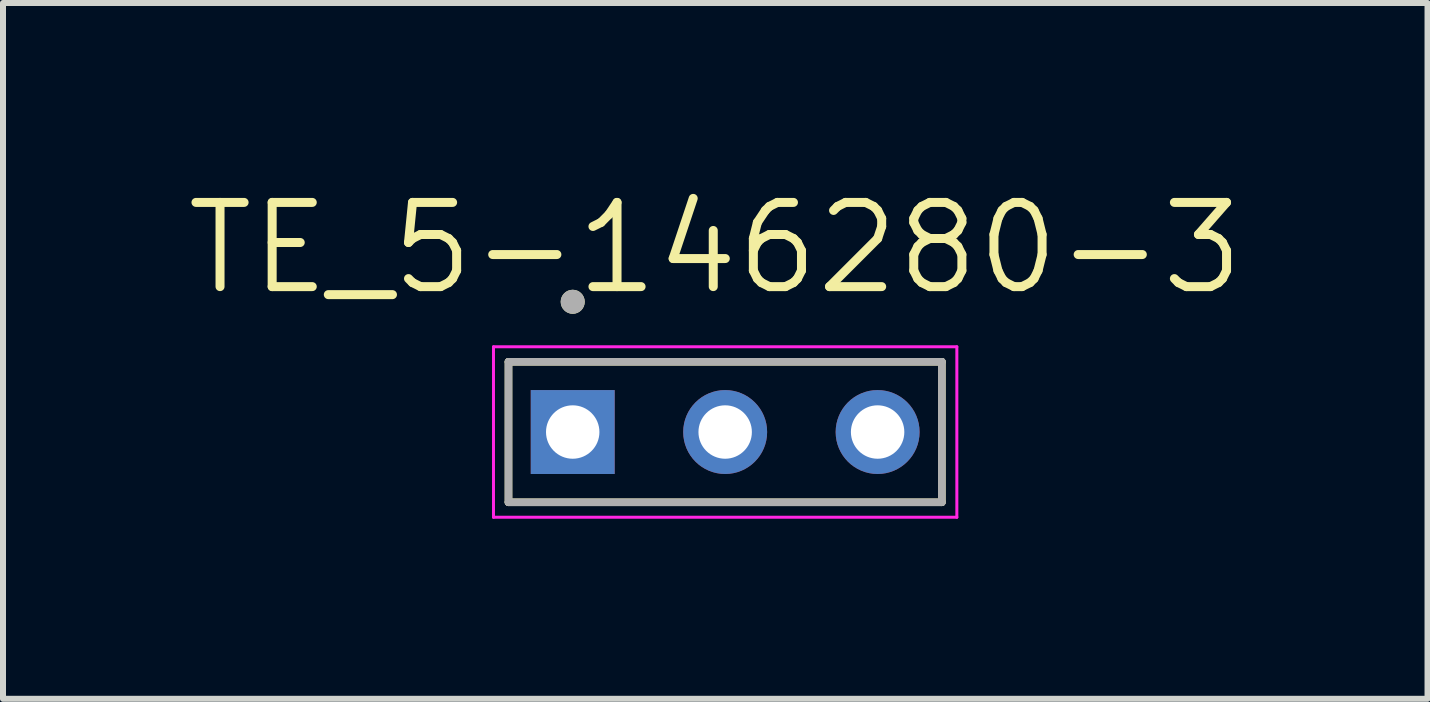
<source format=kicad_pcb>
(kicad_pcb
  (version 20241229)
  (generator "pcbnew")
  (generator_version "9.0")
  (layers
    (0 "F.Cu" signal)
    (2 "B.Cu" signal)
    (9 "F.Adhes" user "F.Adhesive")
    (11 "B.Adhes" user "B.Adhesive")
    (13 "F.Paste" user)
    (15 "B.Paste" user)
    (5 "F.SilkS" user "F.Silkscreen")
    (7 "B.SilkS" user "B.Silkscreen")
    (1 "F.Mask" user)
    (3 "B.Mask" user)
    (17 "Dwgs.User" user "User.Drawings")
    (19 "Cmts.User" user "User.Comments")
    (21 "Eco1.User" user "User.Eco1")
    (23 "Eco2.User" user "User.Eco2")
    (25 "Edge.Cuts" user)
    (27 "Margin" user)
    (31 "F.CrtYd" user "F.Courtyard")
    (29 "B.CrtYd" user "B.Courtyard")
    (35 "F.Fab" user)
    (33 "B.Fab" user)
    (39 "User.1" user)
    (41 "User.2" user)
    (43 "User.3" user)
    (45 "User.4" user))
  (footprint "TE_5-146280-3"
    (layer "F.Cu")
    (at 9.032 4.148)
    (property "Reference" "TE_5-146280-3" (at -0.165 -3.064 0) (layer "F.SilkS") (effects (font (size 1.403 1.403) (thickness 0.15))))
    (attr through_hole)
    (fp_line (start -3.61 -1.17) (end 3.61 -1.17) (stroke (width 0.127) (type solid)) (layer "F.SilkS"))
    (fp_line (start -3.61 1.17) (end -3.61 -1.17) (stroke (width 0.127) (type solid)) (layer "F.SilkS"))
    (fp_line (start 3.61 -1.17) (end 3.61 1.17) (stroke (width 0.127) (type solid)) (layer "F.SilkS"))
    (fp_line (start 3.61 1.17) (end -3.61 1.17) (stroke (width 0.127) (type solid)) (layer "F.SilkS"))
    (fp_circle (center -2.54 -2.17) (end -2.44 -2.17) (stroke (width 0.2) (type solid)) (fill no) (layer "F.SilkS"))
    (fp_line (start -3.86 -1.42) (end 3.86 -1.42) (stroke (width 0.05) (type solid)) (layer "F.CrtYd"))
    (fp_line (start -3.86 1.42) (end -3.86 -1.42) (stroke (width 0.05) (type solid)) (layer "F.CrtYd"))
    (fp_line (start 3.86 -1.42) (end 3.86 1.42) (stroke (width 0.05) (type solid)) (layer "F.CrtYd"))
    (fp_line (start 3.86 1.42) (end -3.86 1.42) (stroke (width 0.05) (type solid)) (layer "F.CrtYd"))
    (fp_line (start -3.61 -1.17) (end 3.61 -1.17) (stroke (width 0.127) (type solid)) (layer "F.Fab"))
    (fp_line (start -3.61 1.17) (end -3.61 -1.17) (stroke (width 0.127) (type solid)) (layer "F.Fab"))
    (fp_line (start 3.61 -1.17) (end 3.61 1.17) (stroke (width 0.127) (type solid)) (layer "F.Fab"))
    (fp_line (start 3.61 1.17) (end -3.61 1.17) (stroke (width 0.127) (type solid)) (layer "F.Fab"))
    (fp_circle (center -2.54 -2.17) (end -2.44 -2.17) (stroke (width 0.2) (type solid)) (fill no) (layer "F.Fab"))
    (pad "1" thru_hole rect (at -2.54 0) (size 1.398 1.398) (drill 0.89) (layers "*.Cu" "*.Mask"))
    (pad "2" thru_hole circle (at 0 0) (size 1.398 1.398) (drill 0.89) (layers "*.Cu" "*.Mask"))
    (pad "3" thru_hole circle (at 2.54 0) (size 1.398 1.398) (drill 0.89) (layers "*.Cu" "*.Mask")))
  (gr_rect
    (start -3 -3)
    (end 20.734 8.593)
    (stroke (width 0.1) (type default))
    (fill no)
    (layer "Edge.Cuts")))
</source>
